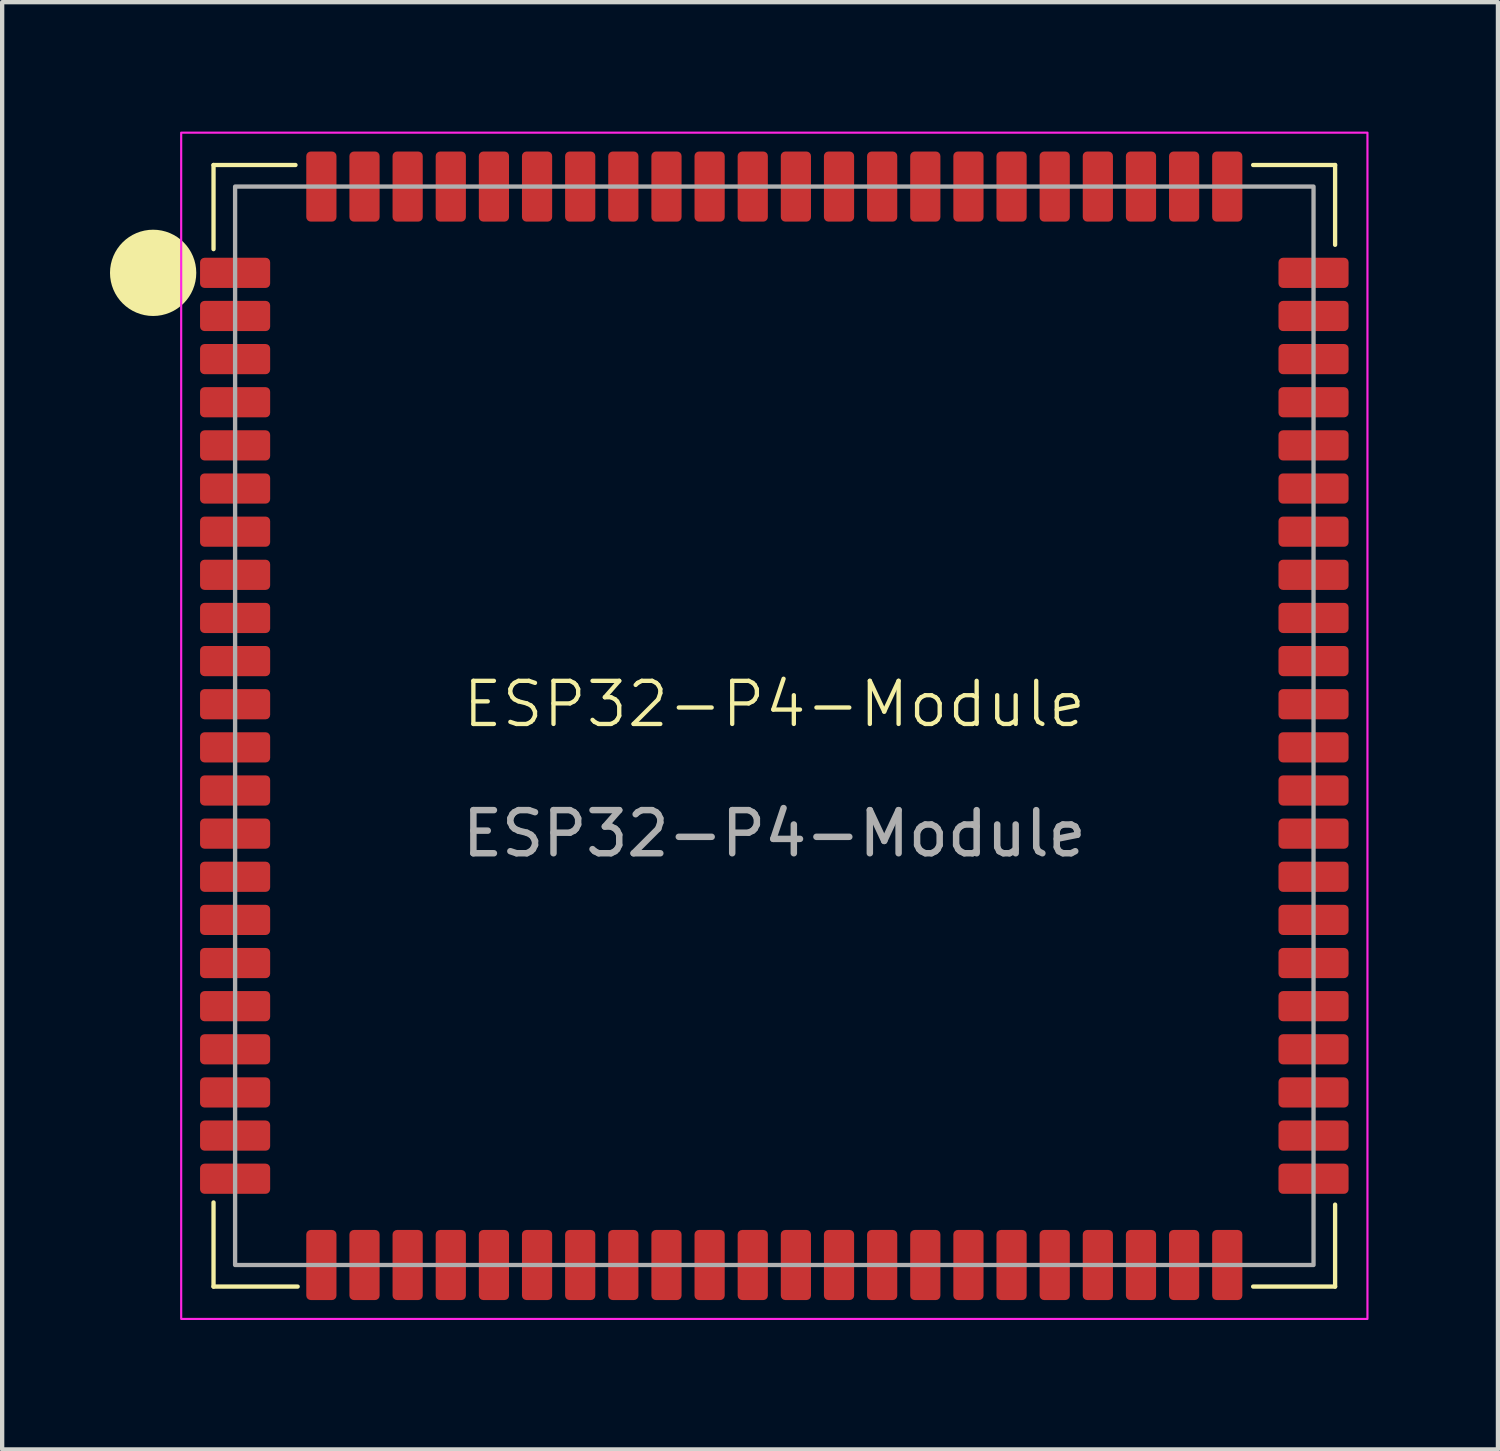
<source format=kicad_pcb>
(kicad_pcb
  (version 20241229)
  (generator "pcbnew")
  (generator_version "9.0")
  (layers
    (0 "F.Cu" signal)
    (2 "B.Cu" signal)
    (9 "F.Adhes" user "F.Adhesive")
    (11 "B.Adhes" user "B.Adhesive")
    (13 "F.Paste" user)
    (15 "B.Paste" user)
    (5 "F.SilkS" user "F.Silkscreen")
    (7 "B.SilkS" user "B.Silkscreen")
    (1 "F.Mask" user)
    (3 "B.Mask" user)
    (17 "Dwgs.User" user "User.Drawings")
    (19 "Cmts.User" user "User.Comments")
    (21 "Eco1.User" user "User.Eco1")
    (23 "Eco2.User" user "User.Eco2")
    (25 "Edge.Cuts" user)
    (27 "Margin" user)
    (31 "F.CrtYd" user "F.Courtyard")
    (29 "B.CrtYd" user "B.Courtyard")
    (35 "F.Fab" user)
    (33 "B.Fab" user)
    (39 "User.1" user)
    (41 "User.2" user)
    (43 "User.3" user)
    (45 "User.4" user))
  (footprint "ESP32-P4-Module"
    (layer "F.Cu")
    (at 14.9 13.775)
    (property "Reference" "ESP32-P4-Module" (at 0 -0.5 0) (unlocked yes) (layer "F.SilkS") (effects (font (size 1 1) (thickness 0.1))))
    (attr through_hole)
    (fp_line (start -13 -13) (end -11.1 -13) (stroke (width 0.1) (type default)) (layer "F.SilkS"))
    (fp_line (start -13 -11.05) (end -13 -13) (stroke (width 0.1) (type default)) (layer "F.SilkS"))
    (fp_line (start -13 13) (end -13 11.05) (stroke (width 0.1) (type default)) (layer "F.SilkS"))
    (fp_line (start -11.05 13) (end -13 13) (stroke (width 0.1) (type default)) (layer "F.SilkS"))
    (fp_line (start 13 -13) (end 11.1 -13) (stroke (width 0.1) (type default)) (layer "F.SilkS"))
    (fp_line (start 13 -11.15) (end 13 -13) (stroke (width 0.1) (type default)) (layer "F.SilkS"))
    (fp_line (start 13 11.1) (end 13 13) (stroke (width 0.1) (type default)) (layer "F.SilkS"))
    (fp_line (start 13 13) (end 11.1 13) (stroke (width 0.1) (type default)) (layer "F.SilkS"))
    (fp_circle (center -14.4 -10.5) (end -14.4 -10.5) (stroke (width 1) (type solid)) (fill no) (layer "F.SilkS"))
    (fp_rect (start -13.75 -13.75) (end 13.75 13.75) (stroke (width 0.05) (type solid)) (fill no) (layer "F.CrtYd"))
    (fp_rect (start -12.5 -12.5) (end 12.5 12.5) (stroke (width 0.1) (type solid)) (fill no) (layer "F.Fab"))
    (fp_text user "${REFERENCE}" (at 0 2.5 0) (unlocked yes) (layer "F.Fab") (effects (font (size 1 1) (thickness 0.15))))
    (pad "1" smd roundrect (at -12.5 -10.5) (size 1.625 0.7) (layers "F.Cu" "F.Mask" "F.Paste") (roundrect_rratio 0.15))
    (pad "2" smd roundrect (at -12.5 -9.5) (size 1.625 0.7) (layers "F.Cu" "F.Mask" "F.Paste") (roundrect_rratio 0.15))
    (pad "3" smd roundrect (at -12.5 -8.5) (size 1.625 0.7) (layers "F.Cu" "F.Mask" "F.Paste") (roundrect_rratio 0.15))
    (pad "4" smd roundrect (at -12.5 -7.5) (size 1.625 0.7) (layers "F.Cu" "F.Mask" "F.Paste") (roundrect_rratio 0.15))
    (pad "5" smd roundrect (at -12.5 -6.5) (size 1.625 0.7) (layers "F.Cu" "F.Mask" "F.Paste") (roundrect_rratio 0.15))
    (pad "6" smd roundrect (at -12.5 -5.5) (size 1.625 0.7) (layers "F.Cu" "F.Mask" "F.Paste") (roundrect_rratio 0.15))
    (pad "7" smd roundrect (at -12.5 -4.5) (size 1.625 0.7) (layers "F.Cu" "F.Mask" "F.Paste") (roundrect_rratio 0.15))
    (pad "8" smd roundrect (at -12.5 -3.5) (size 1.625 0.7) (layers "F.Cu" "F.Mask" "F.Paste") (roundrect_rratio 0.15))
    (pad "9" smd roundrect (at -12.5 -2.5) (size 1.625 0.7) (layers "F.Cu" "F.Mask" "F.Paste") (roundrect_rratio 0.15))
    (pad "10" smd roundrect (at -12.5 -1.5) (size 1.625 0.7) (layers "F.Cu" "F.Mask" "F.Paste") (roundrect_rratio 0.15))
    (pad "11" smd roundrect (at -12.5 -0.5) (size 1.625 0.7) (layers "F.Cu" "F.Mask" "F.Paste") (roundrect_rratio 0.15))
    (pad "12" smd roundrect (at -12.5 0.5) (size 1.625 0.7) (layers "F.Cu" "F.Mask" "F.Paste") (roundrect_rratio 0.15))
    (pad "13" smd roundrect (at -12.5 1.5) (size 1.625 0.7) (layers "F.Cu" "F.Mask" "F.Paste") (roundrect_rratio 0.15))
    (pad "14" smd roundrect (at -12.5 2.5) (size 1.625 0.7) (layers "F.Cu" "F.Mask" "F.Paste") (roundrect_rratio 0.15))
    (pad "15" smd roundrect (at -12.5 3.5) (size 1.625 0.7) (layers "F.Cu" "F.Mask" "F.Paste") (roundrect_rratio 0.15))
    (pad "16" smd roundrect (at -12.5 4.5) (size 1.625 0.7) (layers "F.Cu" "F.Mask" "F.Paste") (roundrect_rratio 0.15))
    (pad "17" smd roundrect (at -12.5 5.5) (size 1.625 0.7) (layers "F.Cu" "F.Mask" "F.Paste") (roundrect_rratio 0.15))
    (pad "18" smd roundrect (at -12.5 6.5) (size 1.625 0.7) (layers "F.Cu" "F.Mask" "F.Paste") (roundrect_rratio 0.15))
    (pad "19" smd roundrect (at -12.5 7.5) (size 1.625 0.7) (layers "F.Cu" "F.Mask" "F.Paste") (roundrect_rratio 0.15))
    (pad "20" smd roundrect (at -12.5 8.5) (size 1.625 0.7) (layers "F.Cu" "F.Mask" "F.Paste") (roundrect_rratio 0.15))
    (pad "21" smd roundrect (at -12.5 9.5) (size 1.625 0.7) (layers "F.Cu" "F.Mask" "F.Paste") (roundrect_rratio 0.15))
    (pad "22" smd roundrect (at -12.5 10.5) (size 1.625 0.7) (layers "F.Cu" "F.Mask" "F.Paste") (roundrect_rratio 0.15))
    (pad "23" smd roundrect (at -10.5 12.5 270) (size 1.625 0.7) (layers "F.Cu" "F.Mask" "F.Paste") (roundrect_rratio 0.15))
    (pad "24" smd roundrect (at -9.5 12.5 270) (size 1.625 0.7) (layers "F.Cu" "F.Mask" "F.Paste") (roundrect_rratio 0.15))
    (pad "25" smd roundrect (at -8.5 12.5 270) (size 1.625 0.7) (layers "F.Cu" "F.Mask" "F.Paste") (roundrect_rratio 0.15))
    (pad "26" smd roundrect (at -7.5 12.5 270) (size 1.625 0.7) (layers "F.Cu" "F.Mask" "F.Paste") (roundrect_rratio 0.15))
    (pad "27" smd roundrect (at -6.5 12.5 270) (size 1.625 0.7) (layers "F.Cu" "F.Mask" "F.Paste") (roundrect_rratio 0.15))
    (pad "28" smd roundrect (at -5.5 12.5 270) (size 1.625 0.7) (layers "F.Cu" "F.Mask" "F.Paste") (roundrect_rratio 0.15))
    (pad "29" smd roundrect (at -4.5 12.5 270) (size 1.625 0.7) (layers "F.Cu" "F.Mask" "F.Paste") (roundrect_rratio 0.15))
    (pad "30" smd roundrect (at -3.5 12.5 270) (size 1.625 0.7) (layers "F.Cu" "F.Mask" "F.Paste") (roundrect_rratio 0.15))
    (pad "31" smd roundrect (at -2.5 12.5 270) (size 1.625 0.7) (layers "F.Cu" "F.Mask" "F.Paste") (roundrect_rratio 0.15))
    (pad "32" smd roundrect (at -1.5 12.5 270) (size 1.625 0.7) (layers "F.Cu" "F.Mask" "F.Paste") (roundrect_rratio 0.15))
    (pad "33" smd roundrect (at -0.5 12.5 270) (size 1.625 0.7) (layers "F.Cu" "F.Mask" "F.Paste") (roundrect_rratio 0.15))
    (pad "34" smd roundrect (at 0.5 12.5 270) (size 1.625 0.7) (layers "F.Cu" "F.Mask" "F.Paste") (roundrect_rratio 0.15))
    (pad "35" smd roundrect (at 1.5 12.5 270) (size 1.625 0.7) (layers "F.Cu" "F.Mask" "F.Paste") (roundrect_rratio 0.15))
    (pad "36" smd roundrect (at 2.5 12.5 270) (size 1.625 0.7) (layers "F.Cu" "F.Mask" "F.Paste") (roundrect_rratio 0.15))
    (pad "37" smd roundrect (at 3.5 12.5 270) (size 1.625 0.7) (layers "F.Cu" "F.Mask" "F.Paste") (roundrect_rratio 0.15))
    (pad "38" smd roundrect (at 4.5 12.5 270) (size 1.625 0.7) (layers "F.Cu" "F.Mask" "F.Paste") (roundrect_rratio 0.15))
    (pad "39" smd roundrect (at 5.5 12.5 270) (size 1.625 0.7) (layers "F.Cu" "F.Mask" "F.Paste") (roundrect_rratio 0.15))
    (pad "40" smd roundrect (at 6.5 12.5 270) (size 1.625 0.7) (layers "F.Cu" "F.Mask" "F.Paste") (roundrect_rratio 0.15))
    (pad "41" smd roundrect (at 7.5 12.5 270) (size 1.625 0.7) (layers "F.Cu" "F.Mask" "F.Paste") (roundrect_rratio 0.15))
    (pad "42" smd roundrect (at 8.5 12.5 270) (size 1.625 0.7) (layers "F.Cu" "F.Mask" "F.Paste") (roundrect_rratio 0.15))
    (pad "43" smd roundrect (at 9.5 12.5 270) (size 1.625 0.7) (layers "F.Cu" "F.Mask" "F.Paste") (roundrect_rratio 0.15))
    (pad "44" smd roundrect (at 10.5 12.5 270) (size 1.625 0.7) (layers "F.Cu" "F.Mask" "F.Paste") (roundrect_rratio 0.15))
    (pad "45" smd roundrect (at 12.5 10.5) (size 1.625 0.7) (layers "F.Cu" "F.Mask" "F.Paste") (roundrect_rratio 0.15))
    (pad "46" smd roundrect (at 12.5 9.5) (size 1.625 0.7) (layers "F.Cu" "F.Mask" "F.Paste") (roundrect_rratio 0.15))
    (pad "47" smd roundrect (at 12.5 8.5) (size 1.625 0.7) (layers "F.Cu" "F.Mask" "F.Paste") (roundrect_rratio 0.15))
    (pad "48" smd roundrect (at 12.5 7.5) (size 1.625 0.7) (layers "F.Cu" "F.Mask" "F.Paste") (roundrect_rratio 0.15))
    (pad "49" smd roundrect (at 12.5 6.5) (size 1.625 0.7) (layers "F.Cu" "F.Mask" "F.Paste") (roundrect_rratio 0.15))
    (pad "50" smd roundrect (at 12.5 5.5) (size 1.625 0.7) (layers "F.Cu" "F.Mask" "F.Paste") (roundrect_rratio 0.15))
    (pad "51" smd roundrect (at 12.5 4.5) (size 1.625 0.7) (layers "F.Cu" "F.Mask" "F.Paste") (roundrect_rratio 0.15))
    (pad "52" smd roundrect (at 12.5 3.5) (size 1.625 0.7) (layers "F.Cu" "F.Mask" "F.Paste") (roundrect_rratio 0.15))
    (pad "53" smd roundrect (at 12.5 2.5) (size 1.625 0.7) (layers "F.Cu" "F.Mask" "F.Paste") (roundrect_rratio 0.15))
    (pad "54" smd roundrect (at 12.5 1.5) (size 1.625 0.7) (layers "F.Cu" "F.Mask" "F.Paste") (roundrect_rratio 0.15))
    (pad "55" smd roundrect (at 12.5 0.5) (size 1.625 0.7) (layers "F.Cu" "F.Mask" "F.Paste") (roundrect_rratio 0.15))
    (pad "56" smd roundrect (at 12.5 -0.5) (size 1.625 0.7) (layers "F.Cu" "F.Mask" "F.Paste") (roundrect_rratio 0.15))
    (pad "57" smd roundrect (at 12.5 -1.5) (size 1.625 0.7) (layers "F.Cu" "F.Mask" "F.Paste") (roundrect_rratio 0.15))
    (pad "58" smd roundrect (at 12.5 -2.5) (size 1.625 0.7) (layers "F.Cu" "F.Mask" "F.Paste") (roundrect_rratio 0.15))
    (pad "59" smd roundrect (at 12.5 -3.5) (size 1.625 0.7) (layers "F.Cu" "F.Mask" "F.Paste") (roundrect_rratio 0.15))
    (pad "60" smd roundrect (at 12.5 -4.5) (size 1.625 0.7) (layers "F.Cu" "F.Mask" "F.Paste") (roundrect_rratio 0.15))
    (pad "61" smd roundrect (at 12.5 -5.5) (size 1.625 0.7) (layers "F.Cu" "F.Mask" "F.Paste") (roundrect_rratio 0.15))
    (pad "62" smd roundrect (at 12.5 -6.5) (size 1.625 0.7) (layers "F.Cu" "F.Mask" "F.Paste") (roundrect_rratio 0.15))
    (pad "63" smd roundrect (at 12.5 -7.5) (size 1.625 0.7) (layers "F.Cu" "F.Mask" "F.Paste") (roundrect_rratio 0.15))
    (pad "64" smd roundrect (at 12.5 -8.5) (size 1.625 0.7) (layers "F.Cu" "F.Mask" "F.Paste") (roundrect_rratio 0.15))
    (pad "65" smd roundrect (at 12.5 -9.5) (size 1.625 0.7) (layers "F.Cu" "F.Mask" "F.Paste") (roundrect_rratio 0.15))
    (pad "66" smd roundrect (at 12.5 -10.5) (size 1.625 0.7) (layers "F.Cu" "F.Mask" "F.Paste") (roundrect_rratio 0.15))
    (pad "67" smd roundrect (at 10.5 -12.5 270) (size 1.625 0.7) (layers "F.Cu" "F.Mask" "F.Paste") (roundrect_rratio 0.15))
    (pad "68" smd roundrect (at 9.5 -12.5 270) (size 1.625 0.7) (layers "F.Cu" "F.Mask" "F.Paste") (roundrect_rratio 0.15))
    (pad "69" smd roundrect (at 8.5 -12.5 270) (size 1.625 0.7) (layers "F.Cu" "F.Mask" "F.Paste") (roundrect_rratio 0.15))
    (pad "70" smd roundrect (at 7.5 -12.5 270) (size 1.625 0.7) (layers "F.Cu" "F.Mask" "F.Paste") (roundrect_rratio 0.15))
    (pad "71" smd roundrect (at 6.5 -12.5 270) (size 1.625 0.7) (layers "F.Cu" "F.Mask" "F.Paste") (roundrect_rratio 0.15))
    (pad "72" smd roundrect (at 5.5 -12.5 270) (size 1.625 0.7) (layers "F.Cu" "F.Mask" "F.Paste") (roundrect_rratio 0.15))
    (pad "73" smd roundrect (at 4.5 -12.5 270) (size 1.625 0.7) (layers "F.Cu" "F.Mask" "F.Paste") (roundrect_rratio 0.15))
    (pad "74" smd roundrect (at 3.5 -12.5 270) (size 1.625 0.7) (layers "F.Cu" "F.Mask" "F.Paste") (roundrect_rratio 0.15))
    (pad "75" smd roundrect (at 2.5 -12.5 270) (size 1.625 0.7) (layers "F.Cu" "F.Mask" "F.Paste") (roundrect_rratio 0.15))
    (pad "76" smd roundrect (at 1.5 -12.5 270) (size 1.625 0.7) (layers "F.Cu" "F.Mask" "F.Paste") (roundrect_rratio 0.15))
    (pad "77" smd roundrect (at 0.5 -12.5 270) (size 1.625 0.7) (layers "F.Cu" "F.Mask" "F.Paste") (roundrect_rratio 0.15))
    (pad "78" smd roundrect (at -0.5 -12.5 270) (size 1.625 0.7) (layers "F.Cu" "F.Mask" "F.Paste") (roundrect_rratio 0.15))
    (pad "79" smd roundrect (at -1.5 -12.5 270) (size 1.625 0.7) (layers "F.Cu" "F.Mask" "F.Paste") (roundrect_rratio 0.15))
    (pad "80" smd roundrect (at -2.5 -12.5 270) (size 1.625 0.7) (layers "F.Cu" "F.Mask" "F.Paste") (roundrect_rratio 0.15))
    (pad "81" smd roundrect (at -3.5 -12.5 270) (size 1.625 0.7) (layers "F.Cu" "F.Mask" "F.Paste") (roundrect_rratio 0.15))
    (pad "82" smd roundrect (at -4.5 -12.5 270) (size 1.625 0.7) (layers "F.Cu" "F.Mask" "F.Paste") (roundrect_rratio 0.15))
    (pad "83" smd roundrect (at -5.5 -12.5 270) (size 1.625 0.7) (layers "F.Cu" "F.Mask" "F.Paste") (roundrect_rratio 0.15))
    (pad "84" smd roundrect (at -6.5 -12.5 270) (size 1.625 0.7) (layers "F.Cu" "F.Mask" "F.Paste") (roundrect_rratio 0.15))
    (pad "85" smd roundrect (at -7.5 -12.5 270) (size 1.625 0.7) (layers "F.Cu" "F.Mask" "F.Paste") (roundrect_rratio 0.15))
    (pad "86" smd roundrect (at -8.5 -12.5 270) (size 1.625 0.7) (layers "F.Cu" "F.Mask" "F.Paste") (roundrect_rratio 0.15))
    (pad "87" smd roundrect (at -9.5 -12.5 270) (size 1.625 0.7) (layers "F.Cu" "F.Mask" "F.Paste") (roundrect_rratio 0.15))
    (pad "88" smd roundrect (at -10.5 -12.5 270) (size 1.625 0.7) (layers "F.Cu" "F.Mask" "F.Paste") (roundrect_rratio 0.15)))
  (gr_rect
    (start -3 -3)
    (end 31.675 30.55)
    (stroke (width 0.1) (type default))
    (fill no)
    (layer "Edge.Cuts")))
</source>
